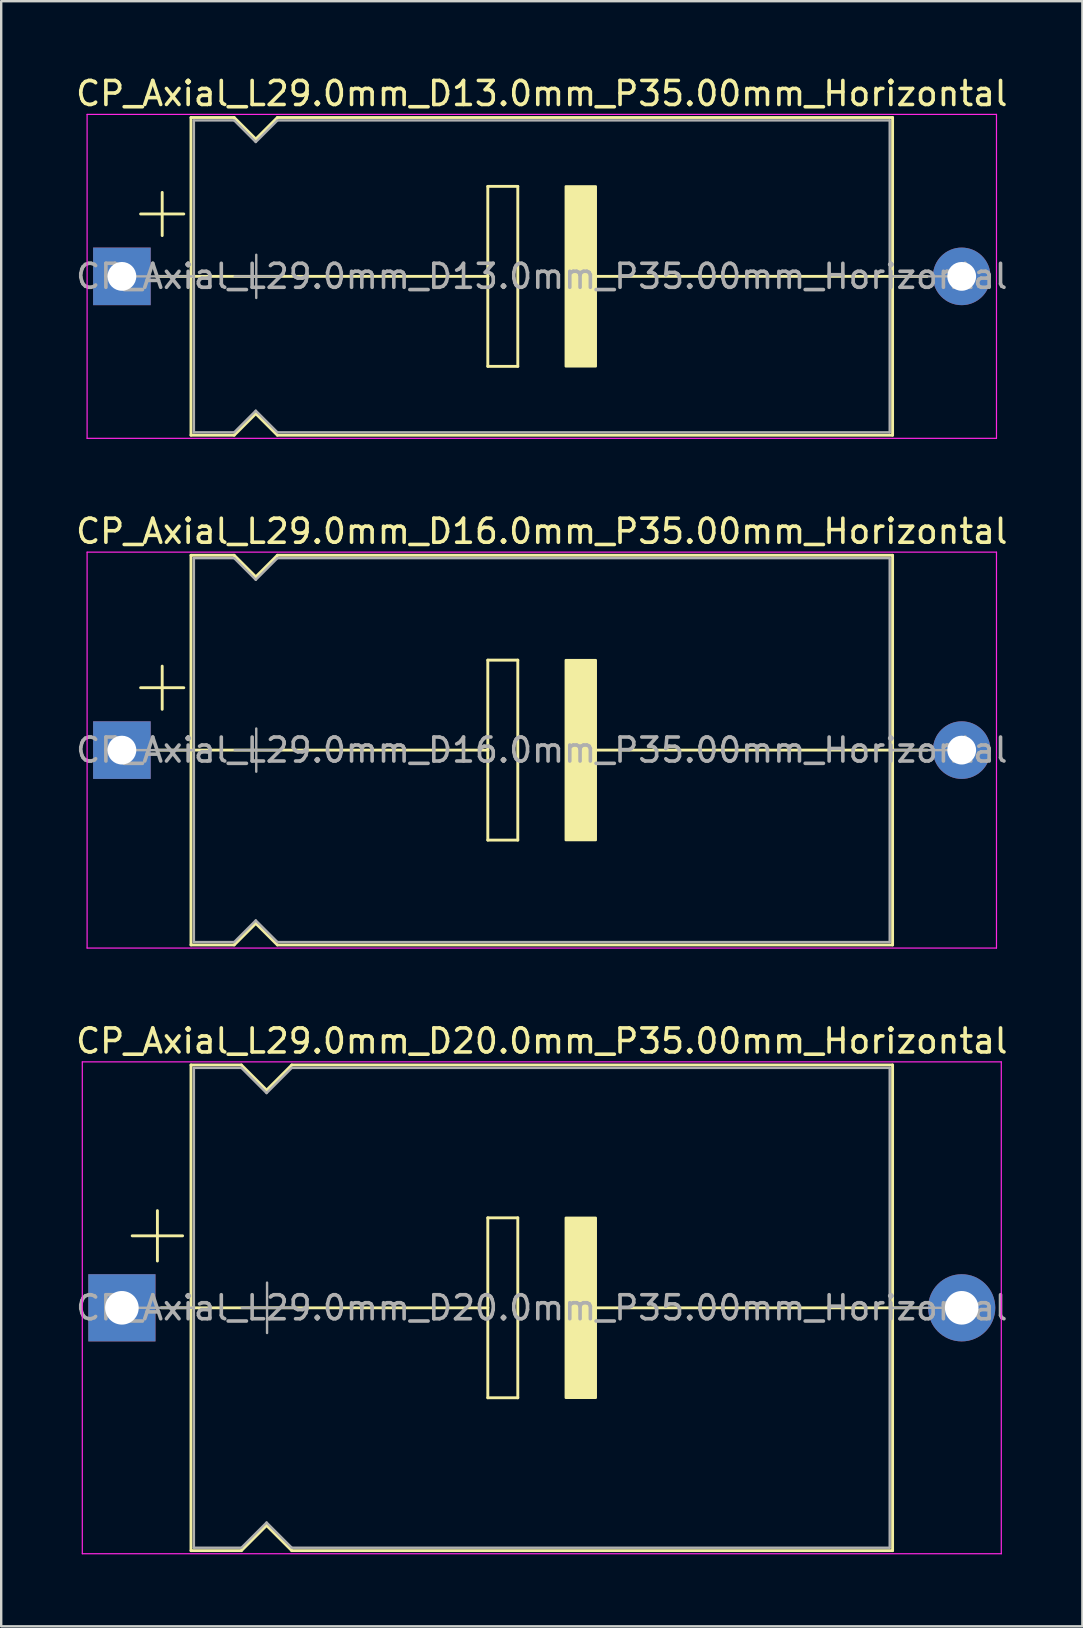
<source format=kicad_pcb>
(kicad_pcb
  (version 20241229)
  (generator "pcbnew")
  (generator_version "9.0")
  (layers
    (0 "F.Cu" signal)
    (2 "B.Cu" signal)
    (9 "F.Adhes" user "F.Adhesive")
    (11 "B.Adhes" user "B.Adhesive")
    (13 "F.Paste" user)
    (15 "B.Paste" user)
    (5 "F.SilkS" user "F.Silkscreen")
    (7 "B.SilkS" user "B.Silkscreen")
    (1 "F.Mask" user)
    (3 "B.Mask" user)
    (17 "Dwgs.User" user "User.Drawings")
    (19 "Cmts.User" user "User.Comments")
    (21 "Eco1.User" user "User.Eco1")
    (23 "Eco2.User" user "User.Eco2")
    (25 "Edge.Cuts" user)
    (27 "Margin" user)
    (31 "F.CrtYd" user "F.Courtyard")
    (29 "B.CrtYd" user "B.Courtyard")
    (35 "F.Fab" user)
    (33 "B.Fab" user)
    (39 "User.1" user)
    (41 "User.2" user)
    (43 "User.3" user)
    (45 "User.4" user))
  (footprint "CP_Axial_L29.0mm_D13.0mm_P35.00mm_Horizontal"
    (layer "F.Cu")
    (at 2.03 8.468)
    (property "Reference" "CP_Axial_L29.0mm_D13.0mm_P35.00mm_Horizontal" (at 17.5 -7.62 0) (layer "F.SilkS") (effects (font (size 1 1) (thickness 0.15))))
    (attr through_hole)
    (fp_line (start 0.78 -2.6) (end 2.58 -2.6) (stroke (width 0.12) (type solid)) (layer "F.SilkS"))
    (fp_line (start 1.44 0) (end 2.88 0) (stroke (width 0.12) (type solid)) (layer "F.SilkS"))
    (fp_line (start 1.68 -3.5) (end 1.68 -1.7) (stroke (width 0.12) (type solid)) (layer "F.SilkS"))
    (fp_line (start 2.88 -6.62) (end 2.88 6.62) (stroke (width 0.12) (type solid)) (layer "F.SilkS"))
    (fp_line (start 2.88 -6.62) (end 4.68 -6.62) (stroke (width 0.12) (type solid)) (layer "F.SilkS"))
    (fp_line (start 2.88 0) (end 15.25 0) (stroke (width 0.12) (type solid)) (layer "F.SilkS"))
    (fp_line (start 2.88 6.62) (end 4.68 6.62) (stroke (width 0.12) (type solid)) (layer "F.SilkS"))
    (fp_line (start 4.68 -6.62) (end 5.58 -5.72) (stroke (width 0.12) (type solid)) (layer "F.SilkS"))
    (fp_line (start 4.68 6.62) (end 5.58 5.72) (stroke (width 0.12) (type solid)) (layer "F.SilkS"))
    (fp_line (start 5.58 -5.72) (end 6.48 -6.62) (stroke (width 0.12) (type solid)) (layer "F.SilkS"))
    (fp_line (start 5.58 5.72) (end 6.48 6.62) (stroke (width 0.12) (type solid)) (layer "F.SilkS"))
    (fp_line (start 6.48 -6.62) (end 32.12 -6.62) (stroke (width 0.12) (type solid)) (layer "F.SilkS"))
    (fp_line (start 6.48 6.62) (end 32.12 6.62) (stroke (width 0.12) (type solid)) (layer "F.SilkS"))
    (fp_line (start 15.25 -3.75) (end 16.5 -3.75) (stroke (width 0.12) (type solid)) (layer "F.SilkS"))
    (fp_line (start 15.25 0) (end 15.25 -3.75) (stroke (width 0.12) (type solid)) (layer "F.SilkS"))
    (fp_line (start 15.25 3.75) (end 15.25 0) (stroke (width 0.12) (type solid)) (layer "F.SilkS"))
    (fp_line (start 16.5 -3.75) (end 16.5 3.75) (stroke (width 0.12) (type solid)) (layer "F.SilkS"))
    (fp_line (start 16.5 3.75) (end 15.25 3.75) (stroke (width 0.12) (type solid)) (layer "F.SilkS"))
    (fp_line (start 19.75 0) (end 32.12 0) (stroke (width 0.12) (type solid)) (layer "F.SilkS"))
    (fp_line (start 32.12 -6.62) (end 32.12 6.62) (stroke (width 0.12) (type solid)) (layer "F.SilkS"))
    (fp_line (start 33.56 0) (end 32.12 0) (stroke (width 0.12) (type solid)) (layer "F.SilkS"))
    (fp_poly (pts (xy 19.75 3.75) (xy 18.5 3.75) (xy 18.5 -3.75) (xy 19.75 -3.75)) (stroke (width 0.1) (type solid)) (fill yes) (layer "F.SilkS"))
    (fp_line (start -1.45 -6.75) (end -1.45 6.75) (stroke (width 0.05) (type solid)) (layer "F.CrtYd"))
    (fp_line (start -1.45 6.75) (end 36.45 6.75) (stroke (width 0.05) (type solid)) (layer "F.CrtYd"))
    (fp_line (start 36.45 -6.75) (end -1.45 -6.75) (stroke (width 0.05) (type solid)) (layer "F.CrtYd"))
    (fp_line (start 36.45 6.75) (end 36.45 -6.75) (stroke (width 0.05) (type solid)) (layer "F.CrtYd"))
    (fp_line (start 0 0) (end 3 0) (stroke (width 0.1) (type solid)) (layer "F.Fab"))
    (fp_line (start 3 -6.5) (end 3 6.5) (stroke (width 0.1) (type solid)) (layer "F.Fab"))
    (fp_line (start 3 -6.5) (end 4.68 -6.5) (stroke (width 0.1) (type solid)) (layer "F.Fab"))
    (fp_line (start 3 6.5) (end 4.68 6.5) (stroke (width 0.1) (type solid)) (layer "F.Fab"))
    (fp_line (start 4.68 -6.5) (end 5.58 -5.6) (stroke (width 0.1) (type solid)) (layer "F.Fab"))
    (fp_line (start 4.68 6.5) (end 5.58 5.6) (stroke (width 0.1) (type solid)) (layer "F.Fab"))
    (fp_line (start 4.7 0) (end 6.5 0) (stroke (width 0.1) (type solid)) (layer "F.Fab"))
    (fp_line (start 5.58 -5.6) (end 6.48 -6.5) (stroke (width 0.1) (type solid)) (layer "F.Fab"))
    (fp_line (start 5.58 5.6) (end 6.48 6.5) (stroke (width 0.1) (type solid)) (layer "F.Fab"))
    (fp_line (start 5.6 -0.9) (end 5.6 0.9) (stroke (width 0.1) (type solid)) (layer "F.Fab"))
    (fp_line (start 6.48 -6.5) (end 32 -6.5) (stroke (width 0.1) (type solid)) (layer "F.Fab"))
    (fp_line (start 6.48 6.5) (end 32 6.5) (stroke (width 0.1) (type solid)) (layer "F.Fab"))
    (fp_line (start 32 -6.5) (end 32 6.5) (stroke (width 0.1) (type solid)) (layer "F.Fab"))
    (fp_line (start 35 0) (end 32 0) (stroke (width 0.1) (type solid)) (layer "F.Fab"))
    (fp_text user "${REFERENCE}" (at 17.5 0 0) (layer "F.Fab") (effects (font (size 1 1) (thickness 0.15))))
    (pad "1" thru_hole rect (at 0 0) (size 2.4 2.4) (drill 1.2) (layers "*.Cu" "*.Mask"))
    (pad "2" thru_hole oval (at 35 0) (size 2.4 2.4) (drill 1.2) (layers "*.Cu" "*.Mask")))
  (footprint "CP_Axial_L29.0mm_D16.0mm_P35.00mm_Horizontal"
    (layer "F.Cu")
    (at 2.03 28.212)
    (property "Reference" "CP_Axial_L29.0mm_D16.0mm_P35.00mm_Horizontal" (at 17.5 -9.12 0) (layer "F.SilkS") (effects (font (size 1 1) (thickness 0.15))))
    (attr through_hole)
    (fp_line (start 0.78 -2.6) (end 2.58 -2.6) (stroke (width 0.12) (type solid)) (layer "F.SilkS"))
    (fp_line (start 1.44 0) (end 2.88 0) (stroke (width 0.12) (type solid)) (layer "F.SilkS"))
    (fp_line (start 1.68 -3.5) (end 1.68 -1.7) (stroke (width 0.12) (type solid)) (layer "F.SilkS"))
    (fp_line (start 2.88 -8.12) (end 2.88 8.12) (stroke (width 0.12) (type solid)) (layer "F.SilkS"))
    (fp_line (start 2.88 -8.12) (end 4.68 -8.12) (stroke (width 0.12) (type solid)) (layer "F.SilkS"))
    (fp_line (start 2.88 0) (end 15.25 0) (stroke (width 0.12) (type solid)) (layer "F.SilkS"))
    (fp_line (start 2.88 8.12) (end 4.68 8.12) (stroke (width 0.12) (type solid)) (layer "F.SilkS"))
    (fp_line (start 4.68 -8.12) (end 5.58 -7.22) (stroke (width 0.12) (type solid)) (layer "F.SilkS"))
    (fp_line (start 4.68 8.12) (end 5.58 7.22) (stroke (width 0.12) (type solid)) (layer "F.SilkS"))
    (fp_line (start 5.58 -7.22) (end 6.48 -8.12) (stroke (width 0.12) (type solid)) (layer "F.SilkS"))
    (fp_line (start 5.58 7.22) (end 6.48 8.12) (stroke (width 0.12) (type solid)) (layer "F.SilkS"))
    (fp_line (start 6.48 -8.12) (end 32.12 -8.12) (stroke (width 0.12) (type solid)) (layer "F.SilkS"))
    (fp_line (start 6.48 8.12) (end 32.12 8.12) (stroke (width 0.12) (type solid)) (layer "F.SilkS"))
    (fp_line (start 15.25 -3.75) (end 16.5 -3.75) (stroke (width 0.12) (type solid)) (layer "F.SilkS"))
    (fp_line (start 15.25 0) (end 15.25 -3.75) (stroke (width 0.12) (type solid)) (layer "F.SilkS"))
    (fp_line (start 15.25 3.75) (end 15.25 0) (stroke (width 0.12) (type solid)) (layer "F.SilkS"))
    (fp_line (start 16.5 -3.75) (end 16.5 3.75) (stroke (width 0.12) (type solid)) (layer "F.SilkS"))
    (fp_line (start 16.5 3.75) (end 15.25 3.75) (stroke (width 0.12) (type solid)) (layer "F.SilkS"))
    (fp_line (start 19.75 0) (end 32.12 0) (stroke (width 0.12) (type solid)) (layer "F.SilkS"))
    (fp_line (start 32.12 -8.12) (end 32.12 8.12) (stroke (width 0.12) (type solid)) (layer "F.SilkS"))
    (fp_line (start 33.56 0) (end 32.12 0) (stroke (width 0.12) (type solid)) (layer "F.SilkS"))
    (fp_poly (pts (xy 19.75 3.75) (xy 18.5 3.75) (xy 18.5 -3.75) (xy 19.75 -3.75)) (stroke (width 0.1) (type solid)) (fill yes) (layer "F.SilkS"))
    (fp_line (start -1.45 -8.25) (end -1.45 8.25) (stroke (width 0.05) (type solid)) (layer "F.CrtYd"))
    (fp_line (start -1.45 8.25) (end 36.45 8.25) (stroke (width 0.05) (type solid)) (layer "F.CrtYd"))
    (fp_line (start 36.45 -8.25) (end -1.45 -8.25) (stroke (width 0.05) (type solid)) (layer "F.CrtYd"))
    (fp_line (start 36.45 8.25) (end 36.45 -8.25) (stroke (width 0.05) (type solid)) (layer "F.CrtYd"))
    (fp_line (start 0 0) (end 3 0) (stroke (width 0.1) (type solid)) (layer "F.Fab"))
    (fp_line (start 3 -8) (end 3 8) (stroke (width 0.1) (type solid)) (layer "F.Fab"))
    (fp_line (start 3 -8) (end 4.68 -8) (stroke (width 0.1) (type solid)) (layer "F.Fab"))
    (fp_line (start 3 8) (end 4.68 8) (stroke (width 0.1) (type solid)) (layer "F.Fab"))
    (fp_line (start 4.68 -8) (end 5.58 -7.1) (stroke (width 0.1) (type solid)) (layer "F.Fab"))
    (fp_line (start 4.68 8) (end 5.58 7.1) (stroke (width 0.1) (type solid)) (layer "F.Fab"))
    (fp_line (start 4.7 0) (end 6.5 0) (stroke (width 0.1) (type solid)) (layer "F.Fab"))
    (fp_line (start 5.58 -7.1) (end 6.48 -8) (stroke (width 0.1) (type solid)) (layer "F.Fab"))
    (fp_line (start 5.58 7.1) (end 6.48 8) (stroke (width 0.1) (type solid)) (layer "F.Fab"))
    (fp_line (start 5.6 -0.9) (end 5.6 0.9) (stroke (width 0.1) (type solid)) (layer "F.Fab"))
    (fp_line (start 6.48 -8) (end 32 -8) (stroke (width 0.1) (type solid)) (layer "F.Fab"))
    (fp_line (start 6.48 8) (end 32 8) (stroke (width 0.1) (type solid)) (layer "F.Fab"))
    (fp_line (start 32 -8) (end 32 8) (stroke (width 0.1) (type solid)) (layer "F.Fab"))
    (fp_line (start 35 0) (end 32 0) (stroke (width 0.1) (type solid)) (layer "F.Fab"))
    (fp_text user "${REFERENCE}" (at 17.5 0 0) (layer "F.Fab") (effects (font (size 1 1) (thickness 0.15))))
    (pad "1" thru_hole rect (at 0 0) (size 2.4 2.4) (drill 1.2) (layers "*.Cu" "*.Mask"))
    (pad "2" thru_hole oval (at 35 0) (size 2.4 2.4) (drill 1.2) (layers "*.Cu" "*.Mask")))
  (footprint "CP_Axial_L29.0mm_D20.0mm_P35.00mm_Horizontal"
    (layer "F.Cu")
    (at 2.03 51.455)
    (property "Reference" "CP_Axial_L29.0mm_D20.0mm_P35.00mm_Horizontal" (at 17.5 -11.12 0) (layer "F.SilkS") (effects (font (size 1 1) (thickness 0.15))))
    (attr through_hole)
    (fp_line (start 0.43 -3) (end 2.53 -3) (stroke (width 0.12) (type solid)) (layer "F.SilkS"))
    (fp_line (start 1.48 -4.05) (end 1.48 -1.95) (stroke (width 0.12) (type solid)) (layer "F.SilkS"))
    (fp_line (start 1.64 0) (end 2.88 0) (stroke (width 0.12) (type solid)) (layer "F.SilkS"))
    (fp_line (start 2.88 -10.12) (end 2.88 10.12) (stroke (width 0.12) (type solid)) (layer "F.SilkS"))
    (fp_line (start 2.88 -10.12) (end 4.98 -10.12) (stroke (width 0.12) (type solid)) (layer "F.SilkS"))
    (fp_line (start 2.88 0) (end 15.25 0) (stroke (width 0.12) (type solid)) (layer "F.SilkS"))
    (fp_line (start 2.88 10.12) (end 4.98 10.12) (stroke (width 0.12) (type solid)) (layer "F.SilkS"))
    (fp_line (start 4.98 -10.12) (end 6.03 -9.07) (stroke (width 0.12) (type solid)) (layer "F.SilkS"))
    (fp_line (start 4.98 10.12) (end 6.03 9.07) (stroke (width 0.12) (type solid)) (layer "F.SilkS"))
    (fp_line (start 6.03 -9.07) (end 7.08 -10.12) (stroke (width 0.12) (type solid)) (layer "F.SilkS"))
    (fp_line (start 6.03 9.07) (end 7.08 10.12) (stroke (width 0.12) (type solid)) (layer "F.SilkS"))
    (fp_line (start 7.08 -10.12) (end 32.12 -10.12) (stroke (width 0.12) (type solid)) (layer "F.SilkS"))
    (fp_line (start 7.08 10.12) (end 32.12 10.12) (stroke (width 0.12) (type solid)) (layer "F.SilkS"))
    (fp_line (start 15.25 -3.75) (end 16.5 -3.75) (stroke (width 0.12) (type solid)) (layer "F.SilkS"))
    (fp_line (start 15.25 0) (end 15.25 -3.75) (stroke (width 0.12) (type solid)) (layer "F.SilkS"))
    (fp_line (start 15.25 3.75) (end 15.25 0) (stroke (width 0.12) (type solid)) (layer "F.SilkS"))
    (fp_line (start 16.5 -3.75) (end 16.5 3.75) (stroke (width 0.12) (type solid)) (layer "F.SilkS"))
    (fp_line (start 16.5 3.75) (end 15.25 3.75) (stroke (width 0.12) (type solid)) (layer "F.SilkS"))
    (fp_line (start 19.75 0) (end 32.12 0) (stroke (width 0.12) (type solid)) (layer "F.SilkS"))
    (fp_line (start 32.12 -10.12) (end 32.12 10.12) (stroke (width 0.12) (type solid)) (layer "F.SilkS"))
    (fp_line (start 33.36 0) (end 32.12 0) (stroke (width 0.12) (type solid)) (layer "F.SilkS"))
    (fp_poly (pts (xy 19.75 3.75) (xy 18.5 3.75) (xy 18.5 -3.75) (xy 19.75 -3.75)) (stroke (width 0.1) (type solid)) (fill yes) (layer "F.SilkS"))
    (fp_line (start -1.65 -10.25) (end -1.65 10.25) (stroke (width 0.05) (type solid)) (layer "F.CrtYd"))
    (fp_line (start -1.65 10.25) (end 36.65 10.25) (stroke (width 0.05) (type solid)) (layer "F.CrtYd"))
    (fp_line (start 36.65 -10.25) (end -1.65 -10.25) (stroke (width 0.05) (type solid)) (layer "F.CrtYd"))
    (fp_line (start 36.65 10.25) (end 36.65 -10.25) (stroke (width 0.05) (type solid)) (layer "F.CrtYd"))
    (fp_line (start 0 0) (end 3 0) (stroke (width 0.1) (type solid)) (layer "F.Fab"))
    (fp_line (start 3 -10) (end 3 10) (stroke (width 0.1) (type solid)) (layer "F.Fab"))
    (fp_line (start 3 -10) (end 4.98 -10) (stroke (width 0.1) (type solid)) (layer "F.Fab"))
    (fp_line (start 3 10) (end 4.98 10) (stroke (width 0.1) (type solid)) (layer "F.Fab"))
    (fp_line (start 4.98 -10) (end 6.03 -8.95) (stroke (width 0.1) (type solid)) (layer "F.Fab"))
    (fp_line (start 4.98 10) (end 6.03 8.95) (stroke (width 0.1) (type solid)) (layer "F.Fab"))
    (fp_line (start 5 0) (end 7.1 0) (stroke (width 0.1) (type solid)) (layer "F.Fab"))
    (fp_line (start 6.03 -8.95) (end 7.08 -10) (stroke (width 0.1) (type solid)) (layer "F.Fab"))
    (fp_line (start 6.03 8.95) (end 7.08 10) (stroke (width 0.1) (type solid)) (layer "F.Fab"))
    (fp_line (start 6.05 -1.05) (end 6.05 1.05) (stroke (width 0.1) (type solid)) (layer "F.Fab"))
    (fp_line (start 7.08 -10) (end 32 -10) (stroke (width 0.1) (type solid)) (layer "F.Fab"))
    (fp_line (start 7.08 10) (end 32 10) (stroke (width 0.1) (type solid)) (layer "F.Fab"))
    (fp_line (start 32 -10) (end 32 10) (stroke (width 0.1) (type solid)) (layer "F.Fab"))
    (fp_line (start 35 0) (end 32 0) (stroke (width 0.1) (type solid)) (layer "F.Fab"))
    (fp_text user "${REFERENCE}" (at 17.5 0 0) (layer "F.Fab") (effects (font (size 1 1) (thickness 0.15))))
    (pad "1" thru_hole rect (at 0 0) (size 2.8 2.8) (drill 1.4) (layers "*.Cu" "*.Mask"))
    (pad "2" thru_hole oval (at 35 0) (size 2.8 2.8) (drill 1.4) (layers "*.Cu" "*.Mask")))
  (gr_rect
    (start -3 -3)
    (end 42.06 64.73)
    (stroke (width 0.1) (type default))
    (fill no)
    (layer "Edge.Cuts")))
</source>
